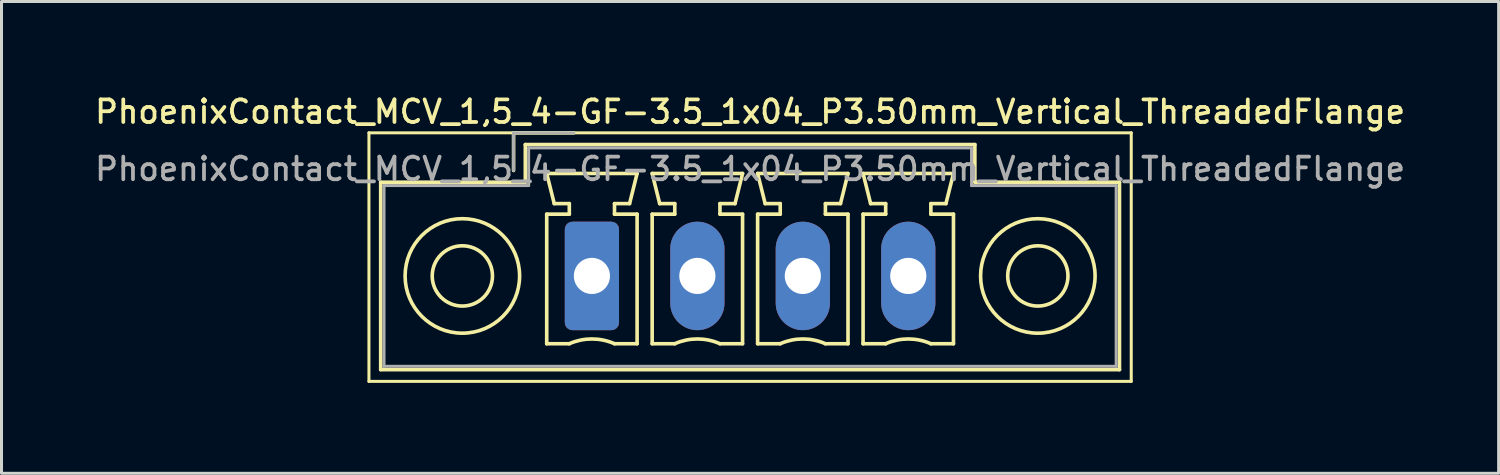
<source format=kicad_pcb>
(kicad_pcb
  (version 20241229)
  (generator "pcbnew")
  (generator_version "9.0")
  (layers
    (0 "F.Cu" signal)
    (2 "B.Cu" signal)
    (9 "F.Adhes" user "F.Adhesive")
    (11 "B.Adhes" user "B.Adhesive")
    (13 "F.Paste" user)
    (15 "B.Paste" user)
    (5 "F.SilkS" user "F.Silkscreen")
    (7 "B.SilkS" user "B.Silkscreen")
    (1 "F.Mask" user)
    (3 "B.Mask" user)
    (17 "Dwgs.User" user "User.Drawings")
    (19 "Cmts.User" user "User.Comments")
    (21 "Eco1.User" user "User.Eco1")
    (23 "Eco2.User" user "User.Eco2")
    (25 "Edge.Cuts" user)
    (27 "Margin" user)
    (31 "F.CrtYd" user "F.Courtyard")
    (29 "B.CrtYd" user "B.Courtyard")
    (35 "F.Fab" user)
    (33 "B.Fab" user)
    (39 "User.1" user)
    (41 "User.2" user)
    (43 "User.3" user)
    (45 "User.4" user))
  (footprint "PhoenixContact_MCV_1,5_4-GF-3.5_1x04_P3.50mm_Vertical_ThreadedFlange"
    (layer "F.Cu")
    (at 16.595 6.108)
    (property "Reference" "PhoenixContact_MCV_1,5_4-GF-3.5_1x04_P3.50mm_Vertical_ThreadedFlange" (at 5.25 -5.45 0) (layer "F.SilkS") (effects (font (size 0.75 0.75) (thickness 0.125))))
    (attr through_hole)
    (fp_line (start -7.4 -4.75) (end -7.4 3.5) (stroke (width 0.1) (type solid)) (layer "F.SilkS"))
    (fp_line (start -7.4 3.5) (end 17.9 3.5) (stroke (width 0.1) (type solid)) (layer "F.SilkS"))
    (fp_line (start -7.01 -3.11) (end -7.01 3.11) (stroke (width 0.12) (type solid)) (layer "F.SilkS"))
    (fp_line (start -7.01 3.11) (end 17.51 3.11) (stroke (width 0.12) (type solid)) (layer "F.SilkS"))
    (fp_line (start -2.6 -4.75) (end -0.6 -4.75) (stroke (width 0.12) (type solid)) (layer "F.SilkS"))
    (fp_line (start -2.6 -3.5) (end -2.6 -4.75) (stroke (width 0.12) (type solid)) (layer "F.SilkS"))
    (fp_line (start -2.21 -4.36) (end -2.21 -3.11) (stroke (width 0.12) (type solid)) (layer "F.SilkS"))
    (fp_line (start -2.21 -3.11) (end -7.01 -3.11) (stroke (width 0.12) (type solid)) (layer "F.SilkS"))
    (fp_line (start -1.5 -3.4) (end 1.5 -3.4) (stroke (width 0.12) (type solid)) (layer "F.SilkS"))
    (fp_line (start -1.5 -2.05) (end -0.75 -2.05) (stroke (width 0.12) (type solid)) (layer "F.SilkS"))
    (fp_line (start -1.5 2.25) (end -1.5 -2.05) (stroke (width 0.12) (type solid)) (layer "F.SilkS"))
    (fp_line (start -1.25 -2.4) (end -1.5 -3.4) (stroke (width 0.12) (type solid)) (layer "F.SilkS"))
    (fp_line (start -0.75 -2.4) (end -1.25 -2.4) (stroke (width 0.12) (type solid)) (layer "F.SilkS"))
    (fp_line (start -0.75 -2.05) (end -0.75 -2.4) (stroke (width 0.12) (type solid)) (layer "F.SilkS"))
    (fp_line (start -0.75 2.25) (end -1.5 2.25) (stroke (width 0.12) (type solid)) (layer "F.SilkS"))
    (fp_line (start 0.75 -2.4) (end 0.75 -2.05) (stroke (width 0.12) (type solid)) (layer "F.SilkS"))
    (fp_line (start 0.75 -2.05) (end 1.5 -2.05) (stroke (width 0.12) (type solid)) (layer "F.SilkS"))
    (fp_line (start 1.25 -2.4) (end 0.75 -2.4) (stroke (width 0.12) (type solid)) (layer "F.SilkS"))
    (fp_line (start 1.5 -3.4) (end 1.25 -2.4) (stroke (width 0.12) (type solid)) (layer "F.SilkS"))
    (fp_line (start 1.5 -2.05) (end 1.5 2.25) (stroke (width 0.12) (type solid)) (layer "F.SilkS"))
    (fp_line (start 1.5 2.25) (end 0.75 2.25) (stroke (width 0.12) (type solid)) (layer "F.SilkS"))
    (fp_line (start 2 -3.4) (end 5 -3.4) (stroke (width 0.12) (type solid)) (layer "F.SilkS"))
    (fp_line (start 2 -2.05) (end 2.75 -2.05) (stroke (width 0.12) (type solid)) (layer "F.SilkS"))
    (fp_line (start 2 2.25) (end 2 -2.05) (stroke (width 0.12) (type solid)) (layer "F.SilkS"))
    (fp_line (start 2.25 -2.4) (end 2 -3.4) (stroke (width 0.12) (type solid)) (layer "F.SilkS"))
    (fp_line (start 2.75 -2.4) (end 2.25 -2.4) (stroke (width 0.12) (type solid)) (layer "F.SilkS"))
    (fp_line (start 2.75 -2.05) (end 2.75 -2.4) (stroke (width 0.12) (type solid)) (layer "F.SilkS"))
    (fp_line (start 2.75 2.25) (end 2 2.25) (stroke (width 0.12) (type solid)) (layer "F.SilkS"))
    (fp_line (start 4.25 -2.4) (end 4.25 -2.05) (stroke (width 0.12) (type solid)) (layer "F.SilkS"))
    (fp_line (start 4.25 -2.05) (end 5 -2.05) (stroke (width 0.12) (type solid)) (layer "F.SilkS"))
    (fp_line (start 4.75 -2.4) (end 4.25 -2.4) (stroke (width 0.12) (type solid)) (layer "F.SilkS"))
    (fp_line (start 5 -3.4) (end 4.75 -2.4) (stroke (width 0.12) (type solid)) (layer "F.SilkS"))
    (fp_line (start 5 -2.05) (end 5 2.25) (stroke (width 0.12) (type solid)) (layer "F.SilkS"))
    (fp_line (start 5 2.25) (end 4.25 2.25) (stroke (width 0.12) (type solid)) (layer "F.SilkS"))
    (fp_line (start 5.5 -3.4) (end 8.5 -3.4) (stroke (width 0.12) (type solid)) (layer "F.SilkS"))
    (fp_line (start 5.5 -2.05) (end 6.25 -2.05) (stroke (width 0.12) (type solid)) (layer "F.SilkS"))
    (fp_line (start 5.5 2.25) (end 5.5 -2.05) (stroke (width 0.12) (type solid)) (layer "F.SilkS"))
    (fp_line (start 5.75 -2.4) (end 5.5 -3.4) (stroke (width 0.12) (type solid)) (layer "F.SilkS"))
    (fp_line (start 6.25 -2.4) (end 5.75 -2.4) (stroke (width 0.12) (type solid)) (layer "F.SilkS"))
    (fp_line (start 6.25 -2.05) (end 6.25 -2.4) (stroke (width 0.12) (type solid)) (layer "F.SilkS"))
    (fp_line (start 6.25 2.25) (end 5.5 2.25) (stroke (width 0.12) (type solid)) (layer "F.SilkS"))
    (fp_line (start 7.75 -2.4) (end 7.75 -2.05) (stroke (width 0.12) (type solid)) (layer "F.SilkS"))
    (fp_line (start 7.75 -2.05) (end 8.5 -2.05) (stroke (width 0.12) (type solid)) (layer "F.SilkS"))
    (fp_line (start 8.25 -2.4) (end 7.75 -2.4) (stroke (width 0.12) (type solid)) (layer "F.SilkS"))
    (fp_line (start 8.5 -3.4) (end 8.25 -2.4) (stroke (width 0.12) (type solid)) (layer "F.SilkS"))
    (fp_line (start 8.5 -2.05) (end 8.5 2.25) (stroke (width 0.12) (type solid)) (layer "F.SilkS"))
    (fp_line (start 8.5 2.25) (end 7.75 2.25) (stroke (width 0.12) (type solid)) (layer "F.SilkS"))
    (fp_line (start 9 -3.4) (end 12 -3.4) (stroke (width 0.12) (type solid)) (layer "F.SilkS"))
    (fp_line (start 9 -2.05) (end 9.75 -2.05) (stroke (width 0.12) (type solid)) (layer "F.SilkS"))
    (fp_line (start 9 2.25) (end 9 -2.05) (stroke (width 0.12) (type solid)) (layer "F.SilkS"))
    (fp_line (start 9.25 -2.4) (end 9 -3.4) (stroke (width 0.12) (type solid)) (layer "F.SilkS"))
    (fp_line (start 9.75 -2.4) (end 9.25 -2.4) (stroke (width 0.12) (type solid)) (layer "F.SilkS"))
    (fp_line (start 9.75 -2.05) (end 9.75 -2.4) (stroke (width 0.12) (type solid)) (layer "F.SilkS"))
    (fp_line (start 9.75 2.25) (end 9 2.25) (stroke (width 0.12) (type solid)) (layer "F.SilkS"))
    (fp_line (start 11.25 -2.4) (end 11.25 -2.05) (stroke (width 0.12) (type solid)) (layer "F.SilkS"))
    (fp_line (start 11.25 -2.05) (end 12 -2.05) (stroke (width 0.12) (type solid)) (layer "F.SilkS"))
    (fp_line (start 11.75 -2.4) (end 11.25 -2.4) (stroke (width 0.12) (type solid)) (layer "F.SilkS"))
    (fp_line (start 12 -3.4) (end 11.75 -2.4) (stroke (width 0.12) (type solid)) (layer "F.SilkS"))
    (fp_line (start 12 -2.05) (end 12 2.25) (stroke (width 0.12) (type solid)) (layer "F.SilkS"))
    (fp_line (start 12 2.25) (end 11.25 2.25) (stroke (width 0.12) (type solid)) (layer "F.SilkS"))
    (fp_line (start 12.71 -4.36) (end -2.21 -4.36) (stroke (width 0.12) (type solid)) (layer "F.SilkS"))
    (fp_line (start 12.71 -3.11) (end 12.71 -4.36) (stroke (width 0.12) (type solid)) (layer "F.SilkS"))
    (fp_line (start 17.51 -3.11) (end 12.71 -3.11) (stroke (width 0.12) (type solid)) (layer "F.SilkS"))
    (fp_line (start 17.51 3.11) (end 17.51 -3.11) (stroke (width 0.12) (type solid)) (layer "F.SilkS"))
    (fp_line (start 17.9 -4.75) (end -7.4 -4.75) (stroke (width 0.1) (type solid)) (layer "F.SilkS"))
    (fp_line (start 17.9 3.5) (end 17.9 -4.75) (stroke (width 0.1) (type solid)) (layer "F.SilkS"))
    (fp_arc (start -0.75 2.25) (mid -0.000193 2.09191) (end 0.749647 2.249844) (stroke (width 0.12) (type solid)) (layer "F.SilkS"))
    (fp_arc (start 2.75 2.25) (mid 3.499807 2.09191) (end 4.249647 2.249844) (stroke (width 0.12) (type solid)) (layer "F.SilkS"))
    (fp_arc (start 6.25 2.25) (mid 6.999807 2.09191) (end 7.749647 2.249844) (stroke (width 0.12) (type solid)) (layer "F.SilkS"))
    (fp_arc (start 9.75 2.25) (mid 10.499807 2.09191) (end 11.249647 2.249844) (stroke (width 0.12) (type solid)) (layer "F.SilkS"))
    (fp_circle (center -4.3 0) (end -3.3 0) (stroke (width 0.12) (type solid)) (fill no) (layer "F.SilkS"))
    (fp_circle (center -4.3 0) (end -2.4 0) (stroke (width 0.12) (type solid)) (fill no) (layer "F.SilkS"))
    (fp_circle (center 14.8 0) (end 15.8 0) (stroke (width 0.12) (type solid)) (fill no) (layer "F.SilkS"))
    (fp_circle (center 14.8 0) (end 16.7 0) (stroke (width 0.12) (type solid)) (fill no) (layer "F.SilkS"))
    (fp_line (start -6.9 -3) (end -6.9 3) (stroke (width 0.1) (type solid)) (layer "F.Fab"))
    (fp_line (start -6.9 3) (end 17.4 3) (stroke (width 0.1) (type solid)) (layer "F.Fab"))
    (fp_line (start -2.6 -4.75) (end -0.6 -4.75) (stroke (width 0.1) (type solid)) (layer "F.Fab"))
    (fp_line (start -2.6 -3.5) (end -2.6 -4.75) (stroke (width 0.1) (type solid)) (layer "F.Fab"))
    (fp_line (start -2.1 -4.25) (end -2.1 -3) (stroke (width 0.1) (type solid)) (layer "F.Fab"))
    (fp_line (start -2.1 -3) (end -6.9 -3) (stroke (width 0.1) (type solid)) (layer "F.Fab"))
    (fp_line (start 12.6 -4.25) (end -2.1 -4.25) (stroke (width 0.1) (type solid)) (layer "F.Fab"))
    (fp_line (start 12.6 -3) (end 12.6 -4.25) (stroke (width 0.1) (type solid)) (layer "F.Fab"))
    (fp_line (start 17.4 -3) (end 12.6 -3) (stroke (width 0.1) (type solid)) (layer "F.Fab"))
    (fp_line (start 17.4 3) (end 17.4 -3) (stroke (width 0.1) (type solid)) (layer "F.Fab"))
    (fp_text user "${REFERENCE}" (at 5.25 -3.55 0) (layer "F.Fab") (effects (font (size 0.75 0.75) (thickness 0.125))))
    (pad "1" thru_hole roundrect (at 0 0) (size 1.8 3.6) (drill 1.2) (layers "*.Cu" "*.Mask") (roundrect_rratio 0.139))
    (pad "2" thru_hole oval (at 3.5 0) (size 1.8 3.6) (drill 1.2) (layers "*.Cu" "*.Mask"))
    (pad "3" thru_hole oval (at 7 0) (size 1.8 3.6) (drill 1.2) (layers "*.Cu" "*.Mask"))
    (pad "4" thru_hole oval (at 10.5 0) (size 1.8 3.6) (drill 1.2) (layers "*.Cu" "*.Mask")))
  (gr_rect
    (start -3 -3)
    (end 46.689 12.658)
    (stroke (width 0.1) (type default))
    (fill no)
    (layer "Edge.Cuts")))
</source>
